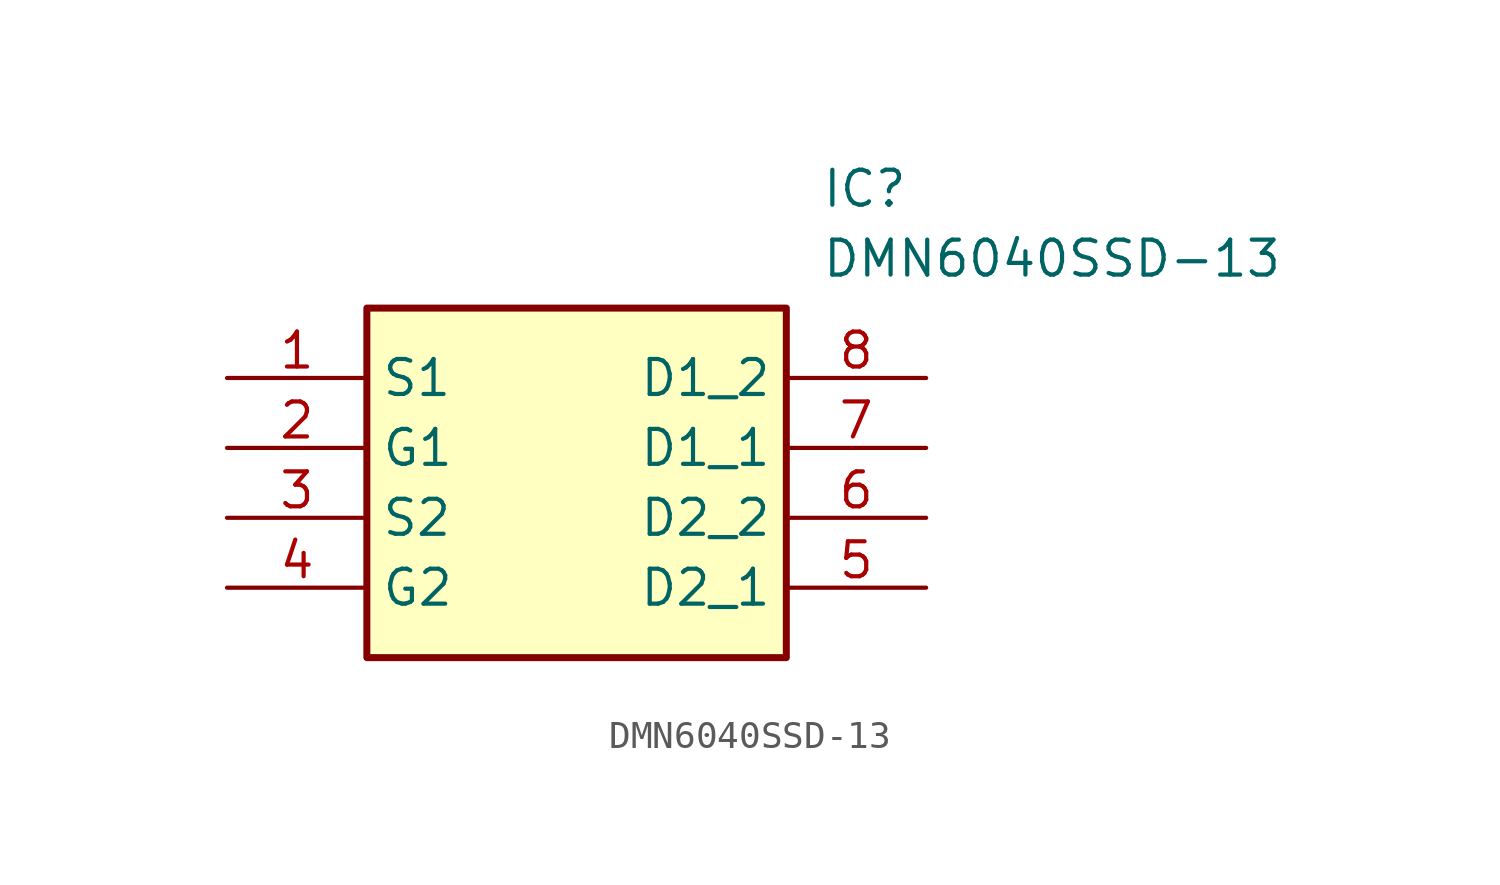
<source format=kicad_sym>
(kicad_symbol_lib
  (version 20211014)
  (generator SamacSys_ECAD_Model)
  (symbol "DMN6040SSD-13"
    (property "Reference" "IC"
      (at 21.59 7.62 0)
      (effects (font (size 1.27 1.27)) (justify left top)))
    (property "Value" "DMN6040SSD-13"
      (at 21.59 5.08 0)
      (effects (font (size 1.27 1.27)) (justify left top)))
    (rectangle
      (start 5.08 2.54)
      (end 20.32 -10.16)
      (stroke (width 0.254) (type default))
      (fill (type background)))
    (pin passive line
      (at 0 0 0)
      (length 5.08)
      (name "S1" (effects (font (size 1.27 1.27))))
      (number "1" (effects (font (size 1.27 1.27)))))
    (pin passive line
      (at 0 -2.54 0)
      (length 5.08)
      (name "G1" (effects (font (size 1.27 1.27))))
      (number "2" (effects (font (size 1.27 1.27)))))
    (pin passive line
      (at 0 -5.08 0)
      (length 5.08)
      (name "S2" (effects (font (size 1.27 1.27))))
      (number "3" (effects (font (size 1.27 1.27)))))
    (pin passive line
      (at 0 -7.62 0)
      (length 5.08)
      (name "G2" (effects (font (size 1.27 1.27))))
      (number "4" (effects (font (size 1.27 1.27)))))
    (pin passive line
      (at 25.4 0 180)
      (length 5.08)
      (name "D1_2" (effects (font (size 1.27 1.27))))
      (number "8" (effects (font (size 1.27 1.27)))))
    (pin passive line
      (at 25.4 -2.54 180)
      (length 5.08)
      (name "D1_1" (effects (font (size 1.27 1.27))))
      (number "7" (effects (font (size 1.27 1.27)))))
    (pin passive line
      (at 25.4 -5.08 180)
      (length 5.08)
      (name "D2_2" (effects (font (size 1.27 1.27))))
      (number "6" (effects (font (size 1.27 1.27)))))
    (pin passive line
      (at 25.4 -7.62 180)
      (length 5.08)
      (name "D2_1" (effects (font (size 1.27 1.27))))
      (number "5" (effects (font (size 1.27 1.27)))))))
</source>
